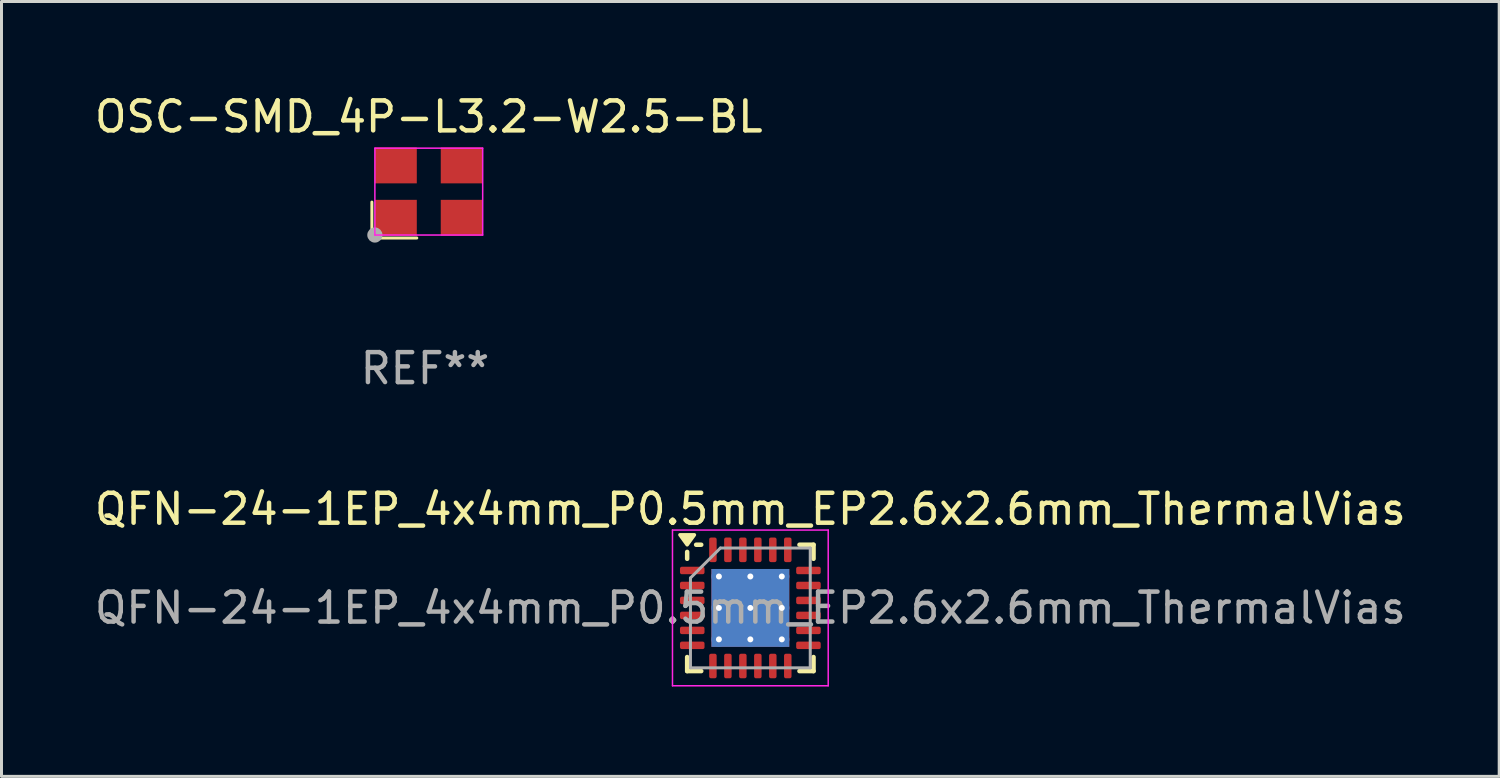
<source format=kicad_pcb>
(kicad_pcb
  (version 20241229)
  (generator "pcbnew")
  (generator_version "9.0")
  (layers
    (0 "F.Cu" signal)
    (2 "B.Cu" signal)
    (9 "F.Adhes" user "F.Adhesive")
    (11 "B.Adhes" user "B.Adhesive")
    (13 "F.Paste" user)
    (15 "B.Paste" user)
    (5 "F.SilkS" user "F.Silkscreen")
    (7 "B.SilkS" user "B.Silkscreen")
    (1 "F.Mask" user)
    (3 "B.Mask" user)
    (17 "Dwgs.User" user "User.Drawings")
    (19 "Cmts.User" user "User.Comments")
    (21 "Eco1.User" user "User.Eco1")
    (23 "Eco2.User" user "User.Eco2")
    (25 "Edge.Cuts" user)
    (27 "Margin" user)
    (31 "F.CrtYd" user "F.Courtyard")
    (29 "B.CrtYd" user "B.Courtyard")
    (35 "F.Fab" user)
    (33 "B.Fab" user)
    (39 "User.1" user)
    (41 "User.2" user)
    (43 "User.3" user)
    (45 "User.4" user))
  (footprint "QFN-24-1EP_4x4mm_P0.5mm_EP2.6x2.6mm_ThermalVias"
    (layer "F.Cu")
    (at 22.006 17.25)
    (property "Reference" "QFN-24-1EP_4x4mm_P0.5mm_EP2.6x2.6mm_ThermalVias" (at 0 -3.3 0) (layer "F.SilkS") (effects (font (size 1 1) (thickness 0.15))))
    (attr smd)
    (fp_line (start -2.11 -1.64) (end -2.11 -1.87) (stroke (width 0.15) (type solid)) (layer "F.SilkS"))
    (fp_line (start -2.11 2.11) (end -2.11 1.64) (stroke (width 0.15) (type solid)) (layer "F.SilkS"))
    (fp_line (start -1.64 -2.11) (end -1.81 -2.11) (stroke (width 0.15) (type solid)) (layer "F.SilkS"))
    (fp_line (start -1.64 2.11) (end -2.11 2.11) (stroke (width 0.15) (type solid)) (layer "F.SilkS"))
    (fp_line (start 1.64 -2.11) (end 2.11 -2.11) (stroke (width 0.15) (type solid)) (layer "F.SilkS"))
    (fp_line (start 1.64 2.11) (end 2.11 2.11) (stroke (width 0.15) (type solid)) (layer "F.SilkS"))
    (fp_line (start 2.11 -2.11) (end 2.11 -1.64) (stroke (width 0.15) (type solid)) (layer "F.SilkS"))
    (fp_line (start 2.11 2.11) (end 2.11 1.64) (stroke (width 0.15) (type solid)) (layer "F.SilkS"))
    (fp_poly (pts (xy -2.11 -2.11) (xy -2.35 -2.44) (xy -1.87 -2.44) (xy -2.11 -2.11)) (stroke (width 0.12) (type solid)) (fill yes) (layer "F.SilkS"))
    (fp_line (start -2.6 -2.6) (end -2.6 2.6) (stroke (width 0.05) (type solid)) (layer "F.CrtYd"))
    (fp_line (start -2.6 2.6) (end 2.6 2.6) (stroke (width 0.05) (type solid)) (layer "F.CrtYd"))
    (fp_line (start 2.6 -2.6) (end -2.6 -2.6) (stroke (width 0.05) (type solid)) (layer "F.CrtYd"))
    (fp_line (start 2.6 2.6) (end 2.6 -2.6) (stroke (width 0.05) (type solid)) (layer "F.CrtYd"))
    (fp_line (start -2 -1) (end -1 -2) (stroke (width 0.1) (type solid)) (layer "F.Fab"))
    (fp_line (start -2 2) (end -2 -1) (stroke (width 0.1) (type solid)) (layer "F.Fab"))
    (fp_line (start -1 -2) (end 2 -2) (stroke (width 0.1) (type solid)) (layer "F.Fab"))
    (fp_line (start 2 -2) (end 2 2) (stroke (width 0.1) (type solid)) (layer "F.Fab"))
    (fp_line (start 2 2) (end -2 2) (stroke (width 0.1) (type solid)) (layer "F.Fab"))
    (fp_text user "${REFERENCE}" (at 0 0 0) (layer "F.Fab") (effects (font (size 1 1) (thickness 0.15))))
    (pad "" smd roundrect (at -0.65 -0.65) (size 1.13 1.13) (layers "F.Paste") (roundrect_rratio 0.221))
    (pad "" smd roundrect (at -0.65 0.65) (size 1.13 1.13) (layers "F.Paste") (roundrect_rratio 0.221))
    (pad "" smd roundrect (at 0.65 -0.65) (size 1.13 1.13) (layers "F.Paste") (roundrect_rratio 0.221))
    (pad "" smd roundrect (at 0.65 0.65) (size 1.13 1.13) (layers "F.Paste") (roundrect_rratio 0.221))
    (pad "1" smd roundrect (at -1.94 -1.25) (size 0.82 0.25) (layers "F.Cu" "F.Mask" "F.Paste") (roundrect_rratio 0.25))
    (pad "2" smd roundrect (at -1.94 -0.75) (size 0.82 0.25) (layers "F.Cu" "F.Mask" "F.Paste") (roundrect_rratio 0.25))
    (pad "3" smd roundrect (at -1.94 -0.25) (size 0.82 0.25) (layers "F.Cu" "F.Mask" "F.Paste") (roundrect_rratio 0.25))
    (pad "4" smd roundrect (at -1.94 0.25) (size 0.82 0.25) (layers "F.Cu" "F.Mask" "F.Paste") (roundrect_rratio 0.25))
    (pad "5" smd roundrect (at -1.94 0.75) (size 0.82 0.25) (layers "F.Cu" "F.Mask" "F.Paste") (roundrect_rratio 0.25))
    (pad "6" smd roundrect (at -1.94 1.25) (size 0.82 0.25) (layers "F.Cu" "F.Mask" "F.Paste") (roundrect_rratio 0.25))
    (pad "7" smd roundrect (at -1.25 1.94) (size 0.25 0.82) (layers "F.Cu" "F.Mask" "F.Paste") (roundrect_rratio 0.25))
    (pad "8" smd roundrect (at -0.75 1.94) (size 0.25 0.82) (layers "F.Cu" "F.Mask" "F.Paste") (roundrect_rratio 0.25))
    (pad "9" smd roundrect (at -0.25 1.94) (size 0.25 0.82) (layers "F.Cu" "F.Mask" "F.Paste") (roundrect_rratio 0.25))
    (pad "10" smd roundrect (at 0.25 1.94) (size 0.25 0.82) (layers "F.Cu" "F.Mask" "F.Paste") (roundrect_rratio 0.25))
    (pad "11" smd roundrect (at 0.75 1.94) (size 0.25 0.82) (layers "F.Cu" "F.Mask" "F.Paste") (roundrect_rratio 0.25))
    (pad "12" smd roundrect (at 1.25 1.94) (size 0.25 0.82) (layers "F.Cu" "F.Mask" "F.Paste") (roundrect_rratio 0.25))
    (pad "13" smd roundrect (at 1.94 1.25) (size 0.82 0.25) (layers "F.Cu" "F.Mask" "F.Paste") (roundrect_rratio 0.25))
    (pad "14" smd roundrect (at 1.94 0.75) (size 0.82 0.25) (layers "F.Cu" "F.Mask" "F.Paste") (roundrect_rratio 0.25))
    (pad "15" smd roundrect (at 1.94 0.25) (size 0.82 0.25) (layers "F.Cu" "F.Mask" "F.Paste") (roundrect_rratio 0.25))
    (pad "16" smd roundrect (at 1.94 -0.25) (size 0.82 0.25) (layers "F.Cu" "F.Mask" "F.Paste") (roundrect_rratio 0.25))
    (pad "17" smd roundrect (at 1.94 -0.75) (size 0.82 0.25) (layers "F.Cu" "F.Mask" "F.Paste") (roundrect_rratio 0.25))
    (pad "18" smd roundrect (at 1.94 -1.25) (size 0.82 0.25) (layers "F.Cu" "F.Mask" "F.Paste") (roundrect_rratio 0.25))
    (pad "19" smd roundrect (at 1.25 -1.94) (size 0.25 0.82) (layers "F.Cu" "F.Mask" "F.Paste") (roundrect_rratio 0.25))
    (pad "20" smd roundrect (at 0.75 -1.94) (size 0.25 0.82) (layers "F.Cu" "F.Mask" "F.Paste") (roundrect_rratio 0.25))
    (pad "21" smd roundrect (at 0.25 -1.94) (size 0.25 0.82) (layers "F.Cu" "F.Mask" "F.Paste") (roundrect_rratio 0.25))
    (pad "22" smd roundrect (at -0.25 -1.94) (size 0.25 0.82) (layers "F.Cu" "F.Mask" "F.Paste") (roundrect_rratio 0.25))
    (pad "23" smd roundrect (at -0.75 -1.94) (size 0.25 0.82) (layers "F.Cu" "F.Mask" "F.Paste") (roundrect_rratio 0.25))
    (pad "24" smd roundrect (at -1.25 -1.94) (size 0.25 0.82) (layers "F.Cu" "F.Mask" "F.Paste") (roundrect_rratio 0.25))
    (pad "25" thru_hole circle (at -1.05 -1.05) (size 0.5 0.5) (drill 0.2) (property pad_prop_heatsink) (layers "*.Cu"))
    (pad "25" thru_hole circle (at -1.05 0) (size 0.5 0.5) (drill 0.2) (property pad_prop_heatsink) (layers "*.Cu"))
    (pad "25" thru_hole circle (at -1.05 1.05) (size 0.5 0.5) (drill 0.2) (property pad_prop_heatsink) (layers "*.Cu"))
    (pad "25" thru_hole circle (at 0 -1.05) (size 0.5 0.5) (drill 0.2) (property pad_prop_heatsink) (layers "*.Cu"))
    (pad "25" thru_hole circle (at 0 0) (size 0.5 0.5) (drill 0.2) (property pad_prop_heatsink) (layers "*.Cu"))
    (pad "25" smd rect (at 0 0) (size 2.6 2.6) (property pad_prop_heatsink) (layers "F.Cu" "F.Mask"))
    (pad "25" smd rect (at 0 0) (size 2.6 2.6) (property pad_prop_heatsink) (layers "B.Cu"))
    (pad "25" thru_hole circle (at 0 1.05) (size 0.5 0.5) (drill 0.2) (property pad_prop_heatsink) (layers "*.Cu"))
    (pad "25" thru_hole circle (at 1.05 -1.05) (size 0.5 0.5) (drill 0.2) (property pad_prop_heatsink) (layers "*.Cu"))
    (pad "25" thru_hole circle (at 1.05 0) (size 0.5 0.5) (drill 0.2) (property pad_prop_heatsink) (layers "*.Cu"))
    (pad "25" thru_hole circle (at 1.05 1.05) (size 0.5 0.5) (drill 0.2) (property pad_prop_heatsink) (layers "*.Cu")))
  (footprint "OSC-SMD_4P-L3.2-W2.5-BL"
    (layer "F.Cu")
    (at 11.268 3.348)
    (property "Reference" "OSC-SMD_4P-L3.2-W2.5-BL" (at 0 -2.5 0) (layer "F.SilkS") (effects (font (size 1 1) (thickness 0.15))))
    (attr smd)
    (fp_line (start -1.9 0.35) (end -1.9 1.55) (stroke (width 0.1) (type default)) (layer "F.SilkS"))
    (fp_line (start -1.9 1.55) (end -0.4 1.55) (stroke (width 0.1) (type default)) (layer "F.SilkS"))
    (fp_line (start -1.8 -1.45) (end 1.8 -1.45) (stroke (width 0.05) (type default)) (layer "F.CrtYd"))
    (fp_line (start -1.8 1.45) (end -1.8 -1.45) (stroke (width 0.05) (type default)) (layer "F.CrtYd"))
    (fp_line (start 1.8 -1.45) (end 1.8 1.45) (stroke (width 0.05) (type default)) (layer "F.CrtYd"))
    (fp_line (start 1.8 1.45) (end -1.8 1.45) (stroke (width 0.05) (type default)) (layer "F.CrtYd"))
    (fp_circle (center -1.8 1.45) (end -1.673 1.45) (stroke (width 0.254) (type solid)) (fill no) (layer "F.Fab"))
    (fp_text user "REF**" (at -0.127 5.905 0) (layer "F.Fab") (effects (font (size 1 1) (thickness 0.15))))
    (pad "1" smd rect (at -1.1 0.875) (size 1.4 1.2) (layers "F.Cu" "F.Mask" "F.Paste"))
    (pad "2" smd rect (at 1.1 0.875) (size 1.4 1.2) (layers "F.Cu" "F.Mask" "F.Paste"))
    (pad "3" smd rect (at 1.1 -0.875) (size 1.4 1.2) (layers "F.Cu" "F.Mask" "F.Paste"))
    (pad "4" smd rect (at -1.1 -0.875) (size 1.4 1.2) (layers "F.Cu" "F.Mask" "F.Paste")))
  (gr_rect
    (start -3 -3)
    (end 47.012 22.875)
    (stroke (width 0.1) (type default))
    (fill no)
    (layer "Edge.Cuts")))
</source>
